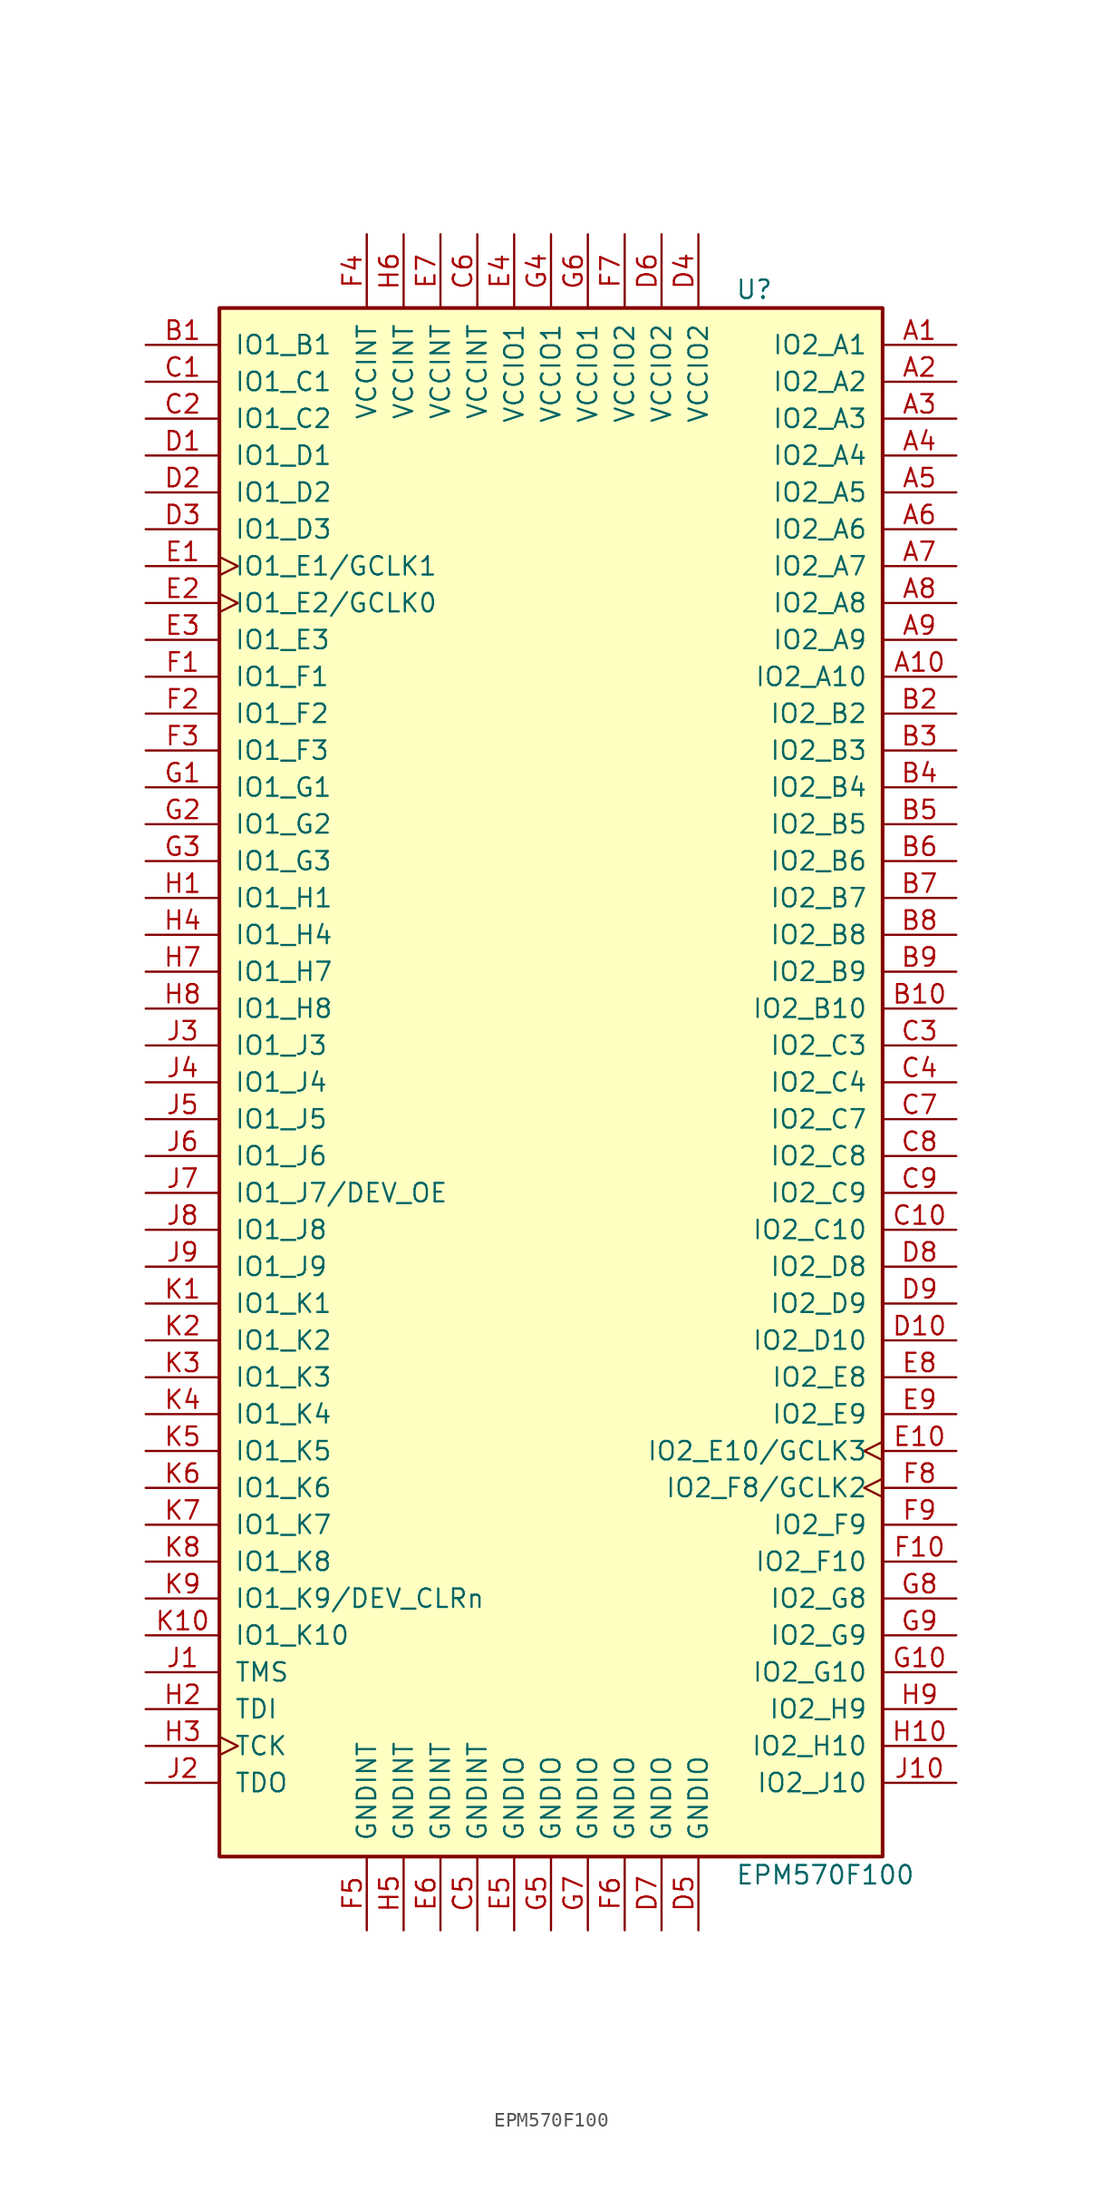
<source format=kicad_sym>
(kicad_symbol_lib
  (version 20201005)
  (generator kicad_symbol_editor)
  (symbol "CPLD_Altera:EPM570F100"
    (pin_names
      (offset 1.016))
    (property "Reference" "U"
      (at 12.7 54.61 0)
      (effects (font (size 1.27 1.27)) (justify left)))
    (property "Value" "EPM570F100"
      (at 12.7 -54.61 0)
      (effects (font (size 1.27 1.27)) (justify left)))
    (property "ki_locked" ""
      (at 0 0 0)
      (effects (font (size 1.27 1.27))))
    (symbol "EPM570F100_1_1"
      (rectangle (start -22.86 53.34) (end 22.86 -53.34) (stroke (width 0.254)) (fill (type background)))
      (pin bidirectional line (at 27.94 50.8 180) (length 5.08) (name "IO2_A1" (effects (font (size 1.27 1.27)))) (number "A1" (effects (font (size 1.27 1.27)))))
      (pin bidirectional line (at 27.94 48.26 180) (length 5.08) (name "IO2_A2" (effects (font (size 1.27 1.27)))) (number "A2" (effects (font (size 1.27 1.27)))))
      (pin bidirectional line (at 27.94 45.72 180) (length 5.08) (name "IO2_A3" (effects (font (size 1.27 1.27)))) (number "A3" (effects (font (size 1.27 1.27)))))
      (pin bidirectional line (at 27.94 43.18 180) (length 5.08) (name "IO2_A4" (effects (font (size 1.27 1.27)))) (number "A4" (effects (font (size 1.27 1.27)))))
      (pin bidirectional line (at 27.94 40.64 180) (length 5.08) (name "IO2_A5" (effects (font (size 1.27 1.27)))) (number "A5" (effects (font (size 1.27 1.27)))))
      (pin bidirectional line (at 27.94 38.1 180) (length 5.08) (name "IO2_A6" (effects (font (size 1.27 1.27)))) (number "A6" (effects (font (size 1.27 1.27)))))
      (pin bidirectional line (at 27.94 35.56 180) (length 5.08) (name "IO2_A7" (effects (font (size 1.27 1.27)))) (number "A7" (effects (font (size 1.27 1.27)))))
      (pin bidirectional line (at 27.94 33.02 180) (length 5.08) (name "IO2_A8" (effects (font (size 1.27 1.27)))) (number "A8" (effects (font (size 1.27 1.27)))))
      (pin bidirectional line (at 27.94 30.48 180) (length 5.08) (name "IO2_A9" (effects (font (size 1.27 1.27)))) (number "A9" (effects (font (size 1.27 1.27)))))
      (pin bidirectional line (at 27.94 27.94 180) (length 5.08) (name "IO2_A10" (effects (font (size 1.27 1.27)))) (number "A10" (effects (font (size 1.27 1.27)))))
      (pin bidirectional line (at -27.94 50.8 0) (length 5.08) (name "IO1_B1" (effects (font (size 1.27 1.27)))) (number "B1" (effects (font (size 1.27 1.27)))))
      (pin bidirectional line (at 27.94 25.4 180) (length 5.08) (name "IO2_B2" (effects (font (size 1.27 1.27)))) (number "B2" (effects (font (size 1.27 1.27)))))
      (pin bidirectional line (at 27.94 22.86 180) (length 5.08) (name "IO2_B3" (effects (font (size 1.27 1.27)))) (number "B3" (effects (font (size 1.27 1.27)))))
      (pin bidirectional line (at 27.94 20.32 180) (length 5.08) (name "IO2_B4" (effects (font (size 1.27 1.27)))) (number "B4" (effects (font (size 1.27 1.27)))))
      (pin bidirectional line (at 27.94 17.78 180) (length 5.08) (name "IO2_B5" (effects (font (size 1.27 1.27)))) (number "B5" (effects (font (size 1.27 1.27)))))
      (pin bidirectional line (at 27.94 15.24 180) (length 5.08) (name "IO2_B6" (effects (font (size 1.27 1.27)))) (number "B6" (effects (font (size 1.27 1.27)))))
      (pin bidirectional line (at 27.94 12.7 180) (length 5.08) (name "IO2_B7" (effects (font (size 1.27 1.27)))) (number "B7" (effects (font (size 1.27 1.27)))))
      (pin bidirectional line (at 27.94 10.16 180) (length 5.08) (name "IO2_B8" (effects (font (size 1.27 1.27)))) (number "B8" (effects (font (size 1.27 1.27)))))
      (pin bidirectional line (at 27.94 7.62 180) (length 5.08) (name "IO2_B9" (effects (font (size 1.27 1.27)))) (number "B9" (effects (font (size 1.27 1.27)))))
      (pin bidirectional line (at 27.94 5.08 180) (length 5.08) (name "IO2_B10" (effects (font (size 1.27 1.27)))) (number "B10" (effects (font (size 1.27 1.27)))))
      (pin bidirectional line (at -27.94 48.26 0) (length 5.08) (name "IO1_C1" (effects (font (size 1.27 1.27)))) (number "C1" (effects (font (size 1.27 1.27)))))
      (pin bidirectional line (at -27.94 45.72 0) (length 5.08) (name "IO1_C2" (effects (font (size 1.27 1.27)))) (number "C2" (effects (font (size 1.27 1.27)))))
      (pin bidirectional line (at 27.94 2.54 180) (length 5.08) (name "IO2_C3" (effects (font (size 1.27 1.27)))) (number "C3" (effects (font (size 1.27 1.27)))))
      (pin bidirectional line (at 27.94 0 180) (length 5.08) (name "IO2_C4" (effects (font (size 1.27 1.27)))) (number "C4" (effects (font (size 1.27 1.27)))))
      (pin bidirectional line (at 27.94 -2.54 180) (length 5.08) (name "IO2_C7" (effects (font (size 1.27 1.27)))) (number "C7" (effects (font (size 1.27 1.27)))))
      (pin bidirectional line (at 27.94 -5.08 180) (length 5.08) (name "IO2_C8" (effects (font (size 1.27 1.27)))) (number "C8" (effects (font (size 1.27 1.27)))))
      (pin bidirectional line (at 27.94 -7.62 180) (length 5.08) (name "IO2_C9" (effects (font (size 1.27 1.27)))) (number "C9" (effects (font (size 1.27 1.27)))))
      (pin bidirectional line (at 27.94 -10.16 180) (length 5.08) (name "IO2_C10" (effects (font (size 1.27 1.27)))) (number "C10" (effects (font (size 1.27 1.27)))))
      (pin bidirectional line (at -27.94 43.18 0) (length 5.08) (name "IO1_D1" (effects (font (size 1.27 1.27)))) (number "D1" (effects (font (size 1.27 1.27)))))
      (pin bidirectional line (at -27.94 40.64 0) (length 5.08) (name "IO1_D2" (effects (font (size 1.27 1.27)))) (number "D2" (effects (font (size 1.27 1.27)))))
      (pin bidirectional line (at -27.94 38.1 0) (length 5.08) (name "IO1_D3" (effects (font (size 1.27 1.27)))) (number "D3" (effects (font (size 1.27 1.27)))))
      (pin bidirectional line (at 27.94 -12.7 180) (length 5.08) (name "IO2_D8" (effects (font (size 1.27 1.27)))) (number "D8" (effects (font (size 1.27 1.27)))))
      (pin bidirectional line (at 27.94 -15.24 180) (length 5.08) (name "IO2_D9" (effects (font (size 1.27 1.27)))) (number "D9" (effects (font (size 1.27 1.27)))))
      (pin bidirectional line (at 27.94 -17.78 180) (length 5.08) (name "IO2_D10" (effects (font (size 1.27 1.27)))) (number "D10" (effects (font (size 1.27 1.27)))))
      (pin bidirectional clock (at -27.94 35.56 0) (length 5.08) (name "IO1_E1/GCLK1" (effects (font (size 1.27 1.27)))) (number "E1" (effects (font (size 1.27 1.27)))))
      (pin bidirectional clock (at -27.94 33.02 0) (length 5.08) (name "IO1_E2/GCLK0" (effects (font (size 1.27 1.27)))) (number "E2" (effects (font (size 1.27 1.27)))))
      (pin bidirectional line (at -27.94 30.48 0) (length 5.08) (name "IO1_E3" (effects (font (size 1.27 1.27)))) (number "E3" (effects (font (size 1.27 1.27)))))
      (pin bidirectional line (at 27.94 -20.32 180) (length 5.08) (name "IO2_E8" (effects (font (size 1.27 1.27)))) (number "E8" (effects (font (size 1.27 1.27)))))
      (pin bidirectional line (at 27.94 -22.86 180) (length 5.08) (name "IO2_E9" (effects (font (size 1.27 1.27)))) (number "E9" (effects (font (size 1.27 1.27)))))
      (pin bidirectional clock (at 27.94 -25.4 180) (length 5.08) (name "IO2_E10/GCLK3" (effects (font (size 1.27 1.27)))) (number "E10" (effects (font (size 1.27 1.27)))))
      (pin bidirectional line (at -27.94 27.94 0) (length 5.08) (name "IO1_F1" (effects (font (size 1.27 1.27)))) (number "F1" (effects (font (size 1.27 1.27)))))
      (pin bidirectional line (at -27.94 25.4 0) (length 5.08) (name "IO1_F2" (effects (font (size 1.27 1.27)))) (number "F2" (effects (font (size 1.27 1.27)))))
      (pin bidirectional line (at -27.94 22.86 0) (length 5.08) (name "IO1_F3" (effects (font (size 1.27 1.27)))) (number "F3" (effects (font (size 1.27 1.27)))))
      (pin bidirectional clock (at 27.94 -27.94 180) (length 5.08) (name "IO2_F8/GCLK2" (effects (font (size 1.27 1.27)))) (number "F8" (effects (font (size 1.27 1.27)))))
      (pin bidirectional line (at 27.94 -30.48 180) (length 5.08) (name "IO2_F9" (effects (font (size 1.27 1.27)))) (number "F9" (effects (font (size 1.27 1.27)))))
      (pin bidirectional line (at 27.94 -33.02 180) (length 5.08) (name "IO2_F10" (effects (font (size 1.27 1.27)))) (number "F10" (effects (font (size 1.27 1.27)))))
      (pin bidirectional line (at -27.94 20.32 0) (length 5.08) (name "IO1_G1" (effects (font (size 1.27 1.27)))) (number "G1" (effects (font (size 1.27 1.27)))))
      (pin bidirectional line (at -27.94 17.78 0) (length 5.08) (name "IO1_G2" (effects (font (size 1.27 1.27)))) (number "G2" (effects (font (size 1.27 1.27)))))
      (pin bidirectional line (at -27.94 15.24 0) (length 5.08) (name "IO1_G3" (effects (font (size 1.27 1.27)))) (number "G3" (effects (font (size 1.27 1.27)))))
      (pin bidirectional line (at 27.94 -35.56 180) (length 5.08) (name "IO2_G8" (effects (font (size 1.27 1.27)))) (number "G8" (effects (font (size 1.27 1.27)))))
      (pin bidirectional line (at 27.94 -38.1 180) (length 5.08) (name "IO2_G9" (effects (font (size 1.27 1.27)))) (number "G9" (effects (font (size 1.27 1.27)))))
      (pin bidirectional line (at 27.94 -40.64 180) (length 5.08) (name "IO2_G10" (effects (font (size 1.27 1.27)))) (number "G10" (effects (font (size 1.27 1.27)))))
      (pin bidirectional line (at -27.94 12.7 0) (length 5.08) (name "IO1_H1" (effects (font (size 1.27 1.27)))) (number "H1" (effects (font (size 1.27 1.27)))))
      (pin bidirectional line (at -27.94 10.16 0) (length 5.08) (name "IO1_H4" (effects (font (size 1.27 1.27)))) (number "H4" (effects (font (size 1.27 1.27)))))
      (pin bidirectional line (at -27.94 7.62 0) (length 5.08) (name "IO1_H7" (effects (font (size 1.27 1.27)))) (number "H7" (effects (font (size 1.27 1.27)))))
      (pin bidirectional line (at -27.94 5.08 0) (length 5.08) (name "IO1_H8" (effects (font (size 1.27 1.27)))) (number "H8" (effects (font (size 1.27 1.27)))))
      (pin bidirectional line (at 27.94 -43.18 180) (length 5.08) (name "IO2_H9" (effects (font (size 1.27 1.27)))) (number "H9" (effects (font (size 1.27 1.27)))))
      (pin bidirectional line (at 27.94 -45.72 180) (length 5.08) (name "IO2_H10" (effects (font (size 1.27 1.27)))) (number "H10" (effects (font (size 1.27 1.27)))))
      (pin bidirectional line (at -27.94 2.54 0) (length 5.08) (name "IO1_J3" (effects (font (size 1.27 1.27)))) (number "J3" (effects (font (size 1.27 1.27)))))
      (pin bidirectional line (at -27.94 0 0) (length 5.08) (name "IO1_J4" (effects (font (size 1.27 1.27)))) (number "J4" (effects (font (size 1.27 1.27)))))
      (pin bidirectional line (at -27.94 -2.54 0) (length 5.08) (name "IO1_J5" (effects (font (size 1.27 1.27)))) (number "J5" (effects (font (size 1.27 1.27)))))
      (pin bidirectional line (at -27.94 -5.08 0) (length 5.08) (name "IO1_J6" (effects (font (size 1.27 1.27)))) (number "J6" (effects (font (size 1.27 1.27)))))
      (pin bidirectional line (at -27.94 -7.62 0) (length 5.08) (name "IO1_J7/DEV_OE" (effects (font (size 1.27 1.27)))) (number "J7" (effects (font (size 1.27 1.27)))))
      (pin bidirectional line (at -27.94 -10.16 0) (length 5.08) (name "IO1_J8" (effects (font (size 1.27 1.27)))) (number "J8" (effects (font (size 1.27 1.27)))))
      (pin bidirectional line (at -27.94 -12.7 0) (length 5.08) (name "IO1_J9" (effects (font (size 1.27 1.27)))) (number "J9" (effects (font (size 1.27 1.27)))))
      (pin bidirectional line (at 27.94 -48.26 180) (length 5.08) (name "IO2_J10" (effects (font (size 1.27 1.27)))) (number "J10" (effects (font (size 1.27 1.27)))))
      (pin bidirectional line (at -27.94 -15.24 0) (length 5.08) (name "IO1_K1" (effects (font (size 1.27 1.27)))) (number "K1" (effects (font (size 1.27 1.27)))))
      (pin bidirectional line (at -27.94 -17.78 0) (length 5.08) (name "IO1_K2" (effects (font (size 1.27 1.27)))) (number "K2" (effects (font (size 1.27 1.27)))))
      (pin bidirectional line (at -27.94 -20.32 0) (length 5.08) (name "IO1_K3" (effects (font (size 1.27 1.27)))) (number "K3" (effects (font (size 1.27 1.27)))))
      (pin bidirectional line (at -27.94 -22.86 0) (length 5.08) (name "IO1_K4" (effects (font (size 1.27 1.27)))) (number "K4" (effects (font (size 1.27 1.27)))))
      (pin bidirectional line (at -27.94 -25.4 0) (length 5.08) (name "IO1_K5" (effects (font (size 1.27 1.27)))) (number "K5" (effects (font (size 1.27 1.27)))))
      (pin bidirectional line (at -27.94 -27.94 0) (length 5.08) (name "IO1_K6" (effects (font (size 1.27 1.27)))) (number "K6" (effects (font (size 1.27 1.27)))))
      (pin bidirectional line (at -27.94 -30.48 0) (length 5.08) (name "IO1_K7" (effects (font (size 1.27 1.27)))) (number "K7" (effects (font (size 1.27 1.27)))))
      (pin bidirectional line (at -27.94 -33.02 0) (length 5.08) (name "IO1_K8" (effects (font (size 1.27 1.27)))) (number "K8" (effects (font (size 1.27 1.27)))))
      (pin bidirectional line (at -27.94 -35.56 0) (length 5.08) (name "IO1_K9/DEV_CLRn" (effects (font (size 1.27 1.27)))) (number "K9" (effects (font (size 1.27 1.27)))))
      (pin bidirectional line (at -27.94 -38.1 0) (length 5.08) (name "IO1_K10" (effects (font (size 1.27 1.27)))) (number "K10" (effects (font (size 1.27 1.27)))))
      (pin input line (at -27.94 -40.64 0) (length 5.08) (name "TMS" (effects (font (size 1.27 1.27)))) (number "J1" (effects (font (size 1.27 1.27)))))
      (pin input line (at -27.94 -43.18 0) (length 5.08) (name "TDI" (effects (font (size 1.27 1.27)))) (number "H2" (effects (font (size 1.27 1.27)))))
      (pin input clock (at -27.94 -45.72 0) (length 5.08) (name "TCK" (effects (font (size 1.27 1.27)))) (number "H3" (effects (font (size 1.27 1.27)))))
      (pin output line (at -27.94 -48.26 0) (length 5.08) (name "TDO" (effects (font (size 1.27 1.27)))) (number "J2" (effects (font (size 1.27 1.27)))))
      (pin power_in line (at -12.7 -58.42 90) (length 5.08) (name "GNDINT" (effects (font (size 1.27 1.27)))) (number "F5" (effects (font (size 1.27 1.27)))))
      (pin power_in line (at -10.16 -58.42 90) (length 5.08) (name "GNDINT" (effects (font (size 1.27 1.27)))) (number "H5" (effects (font (size 1.27 1.27)))))
      (pin power_in line (at -7.62 -58.42 90) (length 5.08) (name "GNDINT" (effects (font (size 1.27 1.27)))) (number "E6" (effects (font (size 1.27 1.27)))))
      (pin power_in line (at -5.08 -58.42 90) (length 5.08) (name "GNDINT" (effects (font (size 1.27 1.27)))) (number "C5" (effects (font (size 1.27 1.27)))))
      (pin power_in line (at -2.54 -58.42 90) (length 5.08) (name "GNDIO" (effects (font (size 1.27 1.27)))) (number "E5" (effects (font (size 1.27 1.27)))))
      (pin power_in line (at 0 -58.42 90) (length 5.08) (name "GNDIO" (effects (font (size 1.27 1.27)))) (number "G5" (effects (font (size 1.27 1.27)))))
      (pin power_in line (at 2.54 -58.42 90) (length 5.08) (name "GNDIO" (effects (font (size 1.27 1.27)))) (number "G7" (effects (font (size 1.27 1.27)))))
      (pin power_in line (at 5.08 -58.42 90) (length 5.08) (name "GNDIO" (effects (font (size 1.27 1.27)))) (number "F6" (effects (font (size 1.27 1.27)))))
      (pin power_in line (at 7.62 -58.42 90) (length 5.08) (name "GNDIO" (effects (font (size 1.27 1.27)))) (number "D7" (effects (font (size 1.27 1.27)))))
      (pin power_in line (at 10.16 -58.42 90) (length 5.08) (name "GNDIO" (effects (font (size 1.27 1.27)))) (number "D5" (effects (font (size 1.27 1.27)))))
      (pin power_in line (at -12.7 58.42 270) (length 5.08) (name "VCCINT" (effects (font (size 1.27 1.27)))) (number "F4" (effects (font (size 1.27 1.27)))))
      (pin power_in line (at -10.16 58.42 270) (length 5.08) (name "VCCINT" (effects (font (size 1.27 1.27)))) (number "H6" (effects (font (size 1.27 1.27)))))
      (pin power_in line (at -7.62 58.42 270) (length 5.08) (name "VCCINT" (effects (font (size 1.27 1.27)))) (number "E7" (effects (font (size 1.27 1.27)))))
      (pin power_in line (at -5.08 58.42 270) (length 5.08) (name "VCCINT" (effects (font (size 1.27 1.27)))) (number "C6" (effects (font (size 1.27 1.27)))))
      (pin power_in line (at -2.54 58.42 270) (length 5.08) (name "VCCIO1" (effects (font (size 1.27 1.27)))) (number "E4" (effects (font (size 1.27 1.27)))))
      (pin power_in line (at 0 58.42 270) (length 5.08) (name "VCCIO1" (effects (font (size 1.27 1.27)))) (number "G4" (effects (font (size 1.27 1.27)))))
      (pin power_in line (at 2.54 58.42 270) (length 5.08) (name "VCCIO1" (effects (font (size 1.27 1.27)))) (number "G6" (effects (font (size 1.27 1.27)))))
      (pin power_in line (at 5.08 58.42 270) (length 5.08) (name "VCCIO2" (effects (font (size 1.27 1.27)))) (number "F7" (effects (font (size 1.27 1.27)))))
      (pin power_in line (at 7.62 58.42 270) (length 5.08) (name "VCCIO2" (effects (font (size 1.27 1.27)))) (number "D6" (effects (font (size 1.27 1.27)))))
      (pin power_in line (at 10.16 58.42 270) (length 5.08) (name "VCCIO2" (effects (font (size 1.27 1.27)))) (number "D4" (effects (font (size 1.27 1.27))))))))
</source>
